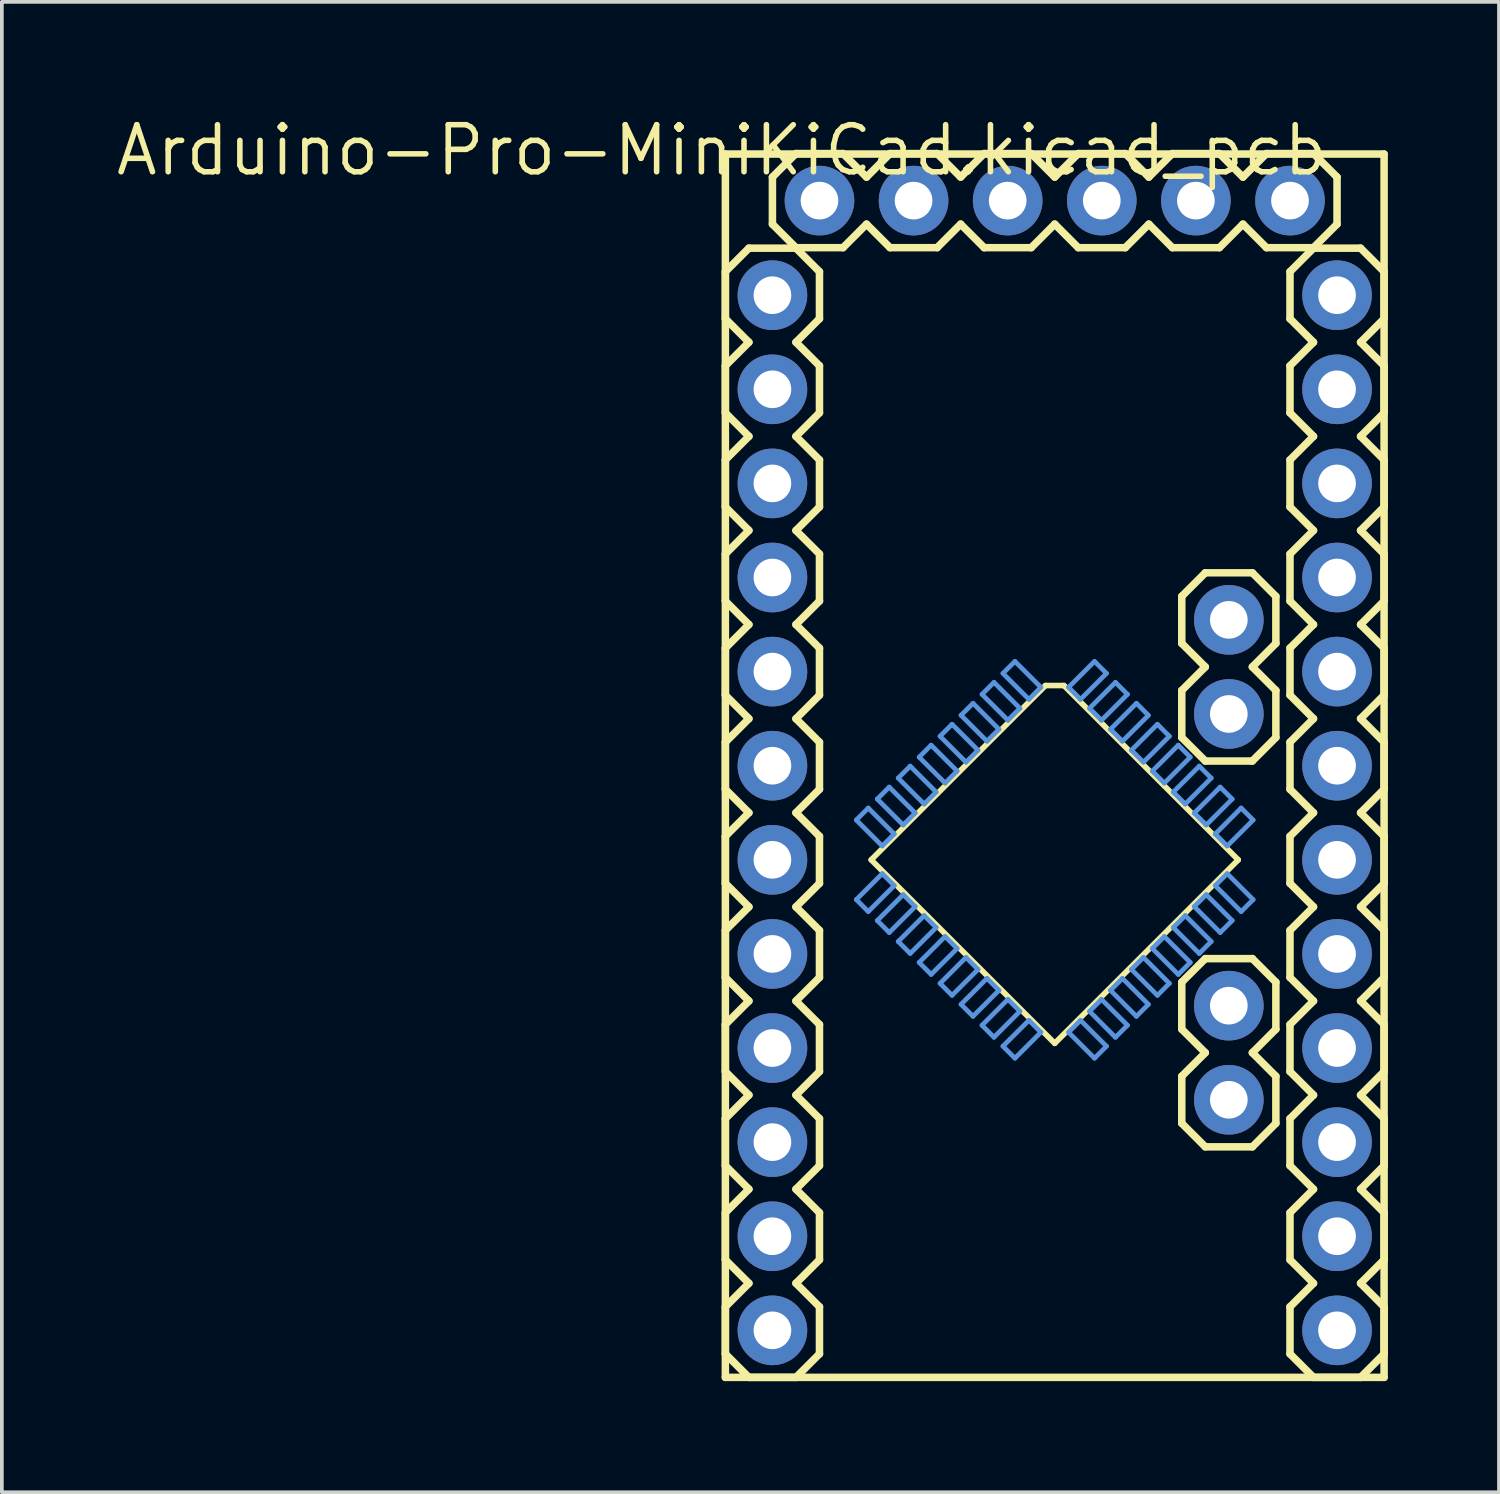
<source format=kicad_pcb>
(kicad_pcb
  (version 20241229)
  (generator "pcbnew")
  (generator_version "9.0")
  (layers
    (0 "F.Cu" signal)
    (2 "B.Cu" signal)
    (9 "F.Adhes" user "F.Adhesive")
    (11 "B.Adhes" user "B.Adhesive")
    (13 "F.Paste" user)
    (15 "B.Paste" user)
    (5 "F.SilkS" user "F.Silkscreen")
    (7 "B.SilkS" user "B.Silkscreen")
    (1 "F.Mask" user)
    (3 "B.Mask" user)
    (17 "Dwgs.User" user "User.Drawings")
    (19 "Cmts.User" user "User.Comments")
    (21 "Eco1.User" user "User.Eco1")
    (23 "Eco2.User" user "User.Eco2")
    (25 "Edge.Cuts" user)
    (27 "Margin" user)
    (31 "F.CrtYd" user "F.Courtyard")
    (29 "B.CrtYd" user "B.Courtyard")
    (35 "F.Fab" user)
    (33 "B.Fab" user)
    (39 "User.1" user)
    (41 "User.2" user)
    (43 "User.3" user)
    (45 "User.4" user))
  (footprint "Arduino-Pro-MiniKiCad.kicad_pcb"
    (layer "F.Cu")
    (at 16.427 1.006)
    (property "Reference" "Arduino-Pro-MiniKiCad.kicad_pcb" (at 0 0 0) (layer "F.SilkS") (effects (font (size 1.27 1.27) (thickness 0.15))))
    (attr through_hole)
    (fp_line (start 0.102 0.102) (end 0.102 33.122) (stroke (width 0.203) (type solid)) (layer "F.SilkS"))
    (fp_line (start 0.102 33.122) (end 17.882 33.122) (stroke (width 0.203) (type solid)) (layer "F.SilkS"))
    (fp_line (start 0.102 3.277) (end 0.737 2.642) (stroke (width 0.203) (type solid)) (layer "F.SilkS"))
    (fp_line (start 0.102 4.547) (end 0.102 3.277) (stroke (width 0.203) (type solid)) (layer "F.SilkS"))
    (fp_line (start 0.102 4.547) (end 0.737 5.182) (stroke (width 0.203) (type solid)) (layer "F.SilkS"))
    (fp_line (start 0.102 5.817) (end 0.737 5.182) (stroke (width 0.203) (type solid)) (layer "F.SilkS"))
    (fp_line (start 0.102 7.087) (end 0.102 5.817) (stroke (width 0.203) (type solid)) (layer "F.SilkS"))
    (fp_line (start 0.102 7.087) (end 0.737 7.722) (stroke (width 0.203) (type solid)) (layer "F.SilkS"))
    (fp_line (start 0.102 8.357) (end 0.737 7.722) (stroke (width 0.203) (type solid)) (layer "F.SilkS"))
    (fp_line (start 0.102 9.627) (end 0.102 8.357) (stroke (width 0.203) (type solid)) (layer "F.SilkS"))
    (fp_line (start 0.102 9.627) (end 0.737 10.262) (stroke (width 0.203) (type solid)) (layer "F.SilkS"))
    (fp_line (start 0.102 10.897) (end 0.737 10.262) (stroke (width 0.203) (type solid)) (layer "F.SilkS"))
    (fp_line (start 0.102 12.167) (end 0.102 10.897) (stroke (width 0.203) (type solid)) (layer "F.SilkS"))
    (fp_line (start 0.102 12.167) (end 0.737 12.802) (stroke (width 0.203) (type solid)) (layer "F.SilkS"))
    (fp_line (start 0.102 13.437) (end 0.737 12.802) (stroke (width 0.203) (type solid)) (layer "F.SilkS"))
    (fp_line (start 0.102 14.707) (end 0.102 13.437) (stroke (width 0.203) (type solid)) (layer "F.SilkS"))
    (fp_line (start 0.102 14.707) (end 0.737 15.342) (stroke (width 0.203) (type solid)) (layer "F.SilkS"))
    (fp_line (start 0.102 15.977) (end 0.737 15.342) (stroke (width 0.203) (type solid)) (layer "F.SilkS"))
    (fp_line (start 0.102 17.247) (end 0.102 15.977) (stroke (width 0.203) (type solid)) (layer "F.SilkS"))
    (fp_line (start 0.102 17.247) (end 0.737 17.882) (stroke (width 0.203) (type solid)) (layer "F.SilkS"))
    (fp_line (start 0.102 18.517) (end 0.737 17.882) (stroke (width 0.203) (type solid)) (layer "F.SilkS"))
    (fp_line (start 0.102 19.787) (end 0.102 18.517) (stroke (width 0.203) (type solid)) (layer "F.SilkS"))
    (fp_line (start 0.102 21.057) (end 0.737 20.422) (stroke (width 0.203) (type solid)) (layer "F.SilkS"))
    (fp_line (start 0.102 22.327) (end 0.102 21.057) (stroke (width 0.203) (type solid)) (layer "F.SilkS"))
    (fp_line (start 0.102 23.597) (end 0.737 22.962) (stroke (width 0.203) (type solid)) (layer "F.SilkS"))
    (fp_line (start 0.102 24.867) (end 0.102 23.597) (stroke (width 0.203) (type solid)) (layer "F.SilkS"))
    (fp_line (start 0.102 24.867) (end 0.737 25.502) (stroke (width 0.203) (type solid)) (layer "F.SilkS"))
    (fp_line (start 0.102 26.137) (end 0.737 25.502) (stroke (width 0.203) (type solid)) (layer "F.SilkS"))
    (fp_line (start 0.102 27.407) (end 0.102 26.137) (stroke (width 0.203) (type solid)) (layer "F.SilkS"))
    (fp_line (start 0.102 28.677) (end 0.737 28.042) (stroke (width 0.203) (type solid)) (layer "F.SilkS"))
    (fp_line (start 0.102 29.947) (end 0.102 28.677) (stroke (width 0.203) (type solid)) (layer "F.SilkS"))
    (fp_line (start 0.102 31.217) (end 0.737 30.582) (stroke (width 0.203) (type solid)) (layer "F.SilkS"))
    (fp_line (start 0.102 32.487) (end 0.102 31.217) (stroke (width 0.203) (type solid)) (layer "F.SilkS"))
    (fp_line (start 0.102 32.487) (end 0.737 33.122) (stroke (width 0.203) (type solid)) (layer "F.SilkS"))
    (fp_line (start 0.737 2.642) (end 2.007 2.642) (stroke (width 0.203) (type solid)) (layer "F.SilkS"))
    (fp_line (start 0.737 20.422) (end 0.102 19.787) (stroke (width 0.203) (type solid)) (layer "F.SilkS"))
    (fp_line (start 0.737 22.962) (end 0.102 22.327) (stroke (width 0.203) (type solid)) (layer "F.SilkS"))
    (fp_line (start 0.737 28.042) (end 0.102 27.407) (stroke (width 0.203) (type solid)) (layer "F.SilkS"))
    (fp_line (start 0.737 30.582) (end 0.102 29.947) (stroke (width 0.203) (type solid)) (layer "F.SilkS"))
    (fp_line (start 0.737 33.122) (end 2.007 33.122) (stroke (width 0.203) (type solid)) (layer "F.SilkS"))
    (fp_line (start 1.372 0.724) (end 1.372 1.994) (stroke (width 0.203) (type solid)) (layer "F.SilkS"))
    (fp_line (start 1.372 1.994) (end 2.007 2.629) (stroke (width 0.203) (type solid)) (layer "F.SilkS"))
    (fp_line (start 2.007 0.089) (end 1.372 0.724) (stroke (width 0.203) (type solid)) (layer "F.SilkS"))
    (fp_line (start 2.007 0.089) (end 3.277 0.089) (stroke (width 0.203) (type solid)) (layer "F.SilkS"))
    (fp_line (start 2.007 2.642) (end 2.642 3.277) (stroke (width 0.203) (type solid)) (layer "F.SilkS"))
    (fp_line (start 2.007 5.182) (end 2.642 4.547) (stroke (width 0.203) (type solid)) (layer "F.SilkS"))
    (fp_line (start 2.007 5.182) (end 2.642 5.817) (stroke (width 0.203) (type solid)) (layer "F.SilkS"))
    (fp_line (start 2.007 7.722) (end 2.642 7.087) (stroke (width 0.203) (type solid)) (layer "F.SilkS"))
    (fp_line (start 2.007 7.722) (end 2.642 8.357) (stroke (width 0.203) (type solid)) (layer "F.SilkS"))
    (fp_line (start 2.007 10.262) (end 2.642 9.627) (stroke (width 0.203) (type solid)) (layer "F.SilkS"))
    (fp_line (start 2.007 10.262) (end 2.642 10.897) (stroke (width 0.203) (type solid)) (layer "F.SilkS"))
    (fp_line (start 2.007 12.802) (end 2.642 12.167) (stroke (width 0.203) (type solid)) (layer "F.SilkS"))
    (fp_line (start 2.007 12.802) (end 2.642 13.437) (stroke (width 0.203) (type solid)) (layer "F.SilkS"))
    (fp_line (start 2.007 15.342) (end 2.642 14.707) (stroke (width 0.203) (type solid)) (layer "F.SilkS"))
    (fp_line (start 2.007 15.342) (end 2.642 15.977) (stroke (width 0.203) (type solid)) (layer "F.SilkS"))
    (fp_line (start 2.007 17.882) (end 2.642 17.247) (stroke (width 0.203) (type solid)) (layer "F.SilkS"))
    (fp_line (start 2.007 17.882) (end 2.642 18.517) (stroke (width 0.203) (type solid)) (layer "F.SilkS"))
    (fp_line (start 2.007 20.422) (end 2.642 21.057) (stroke (width 0.203) (type solid)) (layer "F.SilkS"))
    (fp_line (start 2.007 22.962) (end 2.642 23.597) (stroke (width 0.203) (type solid)) (layer "F.SilkS"))
    (fp_line (start 2.007 25.502) (end 2.642 24.867) (stroke (width 0.203) (type solid)) (layer "F.SilkS"))
    (fp_line (start 2.007 25.502) (end 2.642 26.137) (stroke (width 0.203) (type solid)) (layer "F.SilkS"))
    (fp_line (start 2.007 28.042) (end 2.642 28.677) (stroke (width 0.203) (type solid)) (layer "F.SilkS"))
    (fp_line (start 2.007 30.582) (end 2.642 31.217) (stroke (width 0.203) (type solid)) (layer "F.SilkS"))
    (fp_line (start 2.007 33.122) (end 2.642 32.487) (stroke (width 0.203) (type solid)) (layer "F.SilkS"))
    (fp_line (start 2.642 3.277) (end 2.642 4.547) (stroke (width 0.203) (type solid)) (layer "F.SilkS"))
    (fp_line (start 2.642 5.817) (end 2.642 7.087) (stroke (width 0.203) (type solid)) (layer "F.SilkS"))
    (fp_line (start 2.642 8.357) (end 2.642 9.627) (stroke (width 0.203) (type solid)) (layer "F.SilkS"))
    (fp_line (start 2.642 10.897) (end 2.642 12.167) (stroke (width 0.203) (type solid)) (layer "F.SilkS"))
    (fp_line (start 2.642 13.437) (end 2.642 14.707) (stroke (width 0.203) (type solid)) (layer "F.SilkS"))
    (fp_line (start 2.642 15.977) (end 2.642 17.247) (stroke (width 0.203) (type solid)) (layer "F.SilkS"))
    (fp_line (start 2.642 18.517) (end 2.642 19.787) (stroke (width 0.203) (type solid)) (layer "F.SilkS"))
    (fp_line (start 2.642 19.787) (end 2.007 20.422) (stroke (width 0.203) (type solid)) (layer "F.SilkS"))
    (fp_line (start 2.642 21.057) (end 2.642 22.327) (stroke (width 0.203) (type solid)) (layer "F.SilkS"))
    (fp_line (start 2.642 22.327) (end 2.007 22.962) (stroke (width 0.203) (type solid)) (layer "F.SilkS"))
    (fp_line (start 2.642 23.597) (end 2.642 24.867) (stroke (width 0.203) (type solid)) (layer "F.SilkS"))
    (fp_line (start 2.642 26.137) (end 2.642 27.407) (stroke (width 0.203) (type solid)) (layer "F.SilkS"))
    (fp_line (start 2.642 27.407) (end 2.007 28.042) (stroke (width 0.203) (type solid)) (layer "F.SilkS"))
    (fp_line (start 2.642 28.677) (end 2.642 29.947) (stroke (width 0.203) (type solid)) (layer "F.SilkS"))
    (fp_line (start 2.642 29.947) (end 2.007 30.582) (stroke (width 0.203) (type solid)) (layer "F.SilkS"))
    (fp_line (start 2.642 31.217) (end 2.642 32.487) (stroke (width 0.203) (type solid)) (layer "F.SilkS"))
    (fp_line (start 3.277 0.089) (end 3.912 0.724) (stroke (width 0.203) (type solid)) (layer "F.SilkS"))
    (fp_line (start 3.277 2.629) (end 2.007 2.629) (stroke (width 0.203) (type solid)) (layer "F.SilkS"))
    (fp_line (start 3.912 0.724) (end 4.547 0.089) (stroke (width 0.203) (type solid)) (layer "F.SilkS"))
    (fp_line (start 3.912 1.994) (end 3.277 2.629) (stroke (width 0.203) (type solid)) (layer "F.SilkS"))
    (fp_line (start 4.038 19.152) (end 8.742 14.448) (stroke (width 0.152) (type solid)) (layer "F.SilkS"))
    (fp_line (start 4.547 0.089) (end 5.817 0.089) (stroke (width 0.203) (type solid)) (layer "F.SilkS"))
    (fp_line (start 4.547 2.629) (end 3.912 1.994) (stroke (width 0.203) (type solid)) (layer "F.SilkS"))
    (fp_line (start 5.817 0.089) (end 6.452 0.724) (stroke (width 0.203) (type solid)) (layer "F.SilkS"))
    (fp_line (start 5.817 2.629) (end 4.547 2.629) (stroke (width 0.203) (type solid)) (layer "F.SilkS"))
    (fp_line (start 6.452 0.724) (end 7.087 0.089) (stroke (width 0.203) (type solid)) (layer "F.SilkS"))
    (fp_line (start 6.452 1.994) (end 5.817 2.629) (stroke (width 0.203) (type solid)) (layer "F.SilkS"))
    (fp_line (start 7.087 0.089) (end 8.357 0.089) (stroke (width 0.203) (type solid)) (layer "F.SilkS"))
    (fp_line (start 7.087 2.629) (end 6.452 1.994) (stroke (width 0.203) (type solid)) (layer "F.SilkS"))
    (fp_line (start 8.357 0.089) (end 8.992 0.724) (stroke (width 0.203) (type solid)) (layer "F.SilkS"))
    (fp_line (start 8.357 2.629) (end 7.087 2.629) (stroke (width 0.203) (type solid)) (layer "F.SilkS"))
    (fp_line (start 8.992 24.105) (end 4.038 19.152) (stroke (width 0.152) (type solid)) (layer "F.SilkS"))
    (fp_line (start 8.992 1.994) (end 8.357 2.629) (stroke (width 0.203) (type solid)) (layer "F.SilkS"))
    (fp_line (start 8.992 1.994) (end 9.627 2.629) (stroke (width 0.203) (type solid)) (layer "F.SilkS"))
    (fp_line (start 9.241 14.448) (end 8.742 14.448) (stroke (width 0.152) (type solid)) (layer "F.SilkS"))
    (fp_line (start 9.241 14.448) (end 13.945 19.152) (stroke (width 0.152) (type solid)) (layer "F.SilkS"))
    (fp_line (start 9.627 0.089) (end 8.992 0.724) (stroke (width 0.203) (type solid)) (layer "F.SilkS"))
    (fp_line (start 9.627 0.089) (end 10.897 0.089) (stroke (width 0.203) (type solid)) (layer "F.SilkS"))
    (fp_line (start 10.897 0.089) (end 11.532 0.724) (stroke (width 0.203) (type solid)) (layer "F.SilkS"))
    (fp_line (start 10.897 2.629) (end 9.627 2.629) (stroke (width 0.203) (type solid)) (layer "F.SilkS"))
    (fp_line (start 11.532 0.724) (end 12.167 0.089) (stroke (width 0.203) (type solid)) (layer "F.SilkS"))
    (fp_line (start 11.532 1.994) (end 10.897 2.629) (stroke (width 0.203) (type solid)) (layer "F.SilkS"))
    (fp_line (start 12.167 0.089) (end 13.437 0.089) (stroke (width 0.203) (type solid)) (layer "F.SilkS"))
    (fp_line (start 12.167 2.629) (end 11.532 1.994) (stroke (width 0.203) (type solid)) (layer "F.SilkS"))
    (fp_line (start 12.421 12.04) (end 13.056 11.405) (stroke (width 0.203) (type solid)) (layer "F.SilkS"))
    (fp_line (start 12.421 13.31) (end 12.421 12.04) (stroke (width 0.203) (type solid)) (layer "F.SilkS"))
    (fp_line (start 12.421 14.58) (end 13.056 13.945) (stroke (width 0.203) (type solid)) (layer "F.SilkS"))
    (fp_line (start 12.421 15.85) (end 12.421 14.58) (stroke (width 0.203) (type solid)) (layer "F.SilkS"))
    (fp_line (start 12.421 15.85) (end 13.056 16.485) (stroke (width 0.203) (type solid)) (layer "F.SilkS"))
    (fp_line (start 12.421 22.454) (end 13.056 21.819) (stroke (width 0.203) (type solid)) (layer "F.SilkS"))
    (fp_line (start 12.421 23.724) (end 12.421 22.454) (stroke (width 0.203) (type solid)) (layer "F.SilkS"))
    (fp_line (start 12.421 24.994) (end 13.056 24.359) (stroke (width 0.203) (type solid)) (layer "F.SilkS"))
    (fp_line (start 12.421 26.264) (end 12.421 24.994) (stroke (width 0.203) (type solid)) (layer "F.SilkS"))
    (fp_line (start 12.421 26.264) (end 13.056 26.899) (stroke (width 0.203) (type solid)) (layer "F.SilkS"))
    (fp_line (start 13.056 11.405) (end 14.326 11.405) (stroke (width 0.203) (type solid)) (layer "F.SilkS"))
    (fp_line (start 13.056 13.945) (end 12.421 13.31) (stroke (width 0.203) (type solid)) (layer "F.SilkS"))
    (fp_line (start 13.056 16.485) (end 14.326 16.485) (stroke (width 0.203) (type solid)) (layer "F.SilkS"))
    (fp_line (start 13.056 21.819) (end 14.326 21.819) (stroke (width 0.203) (type solid)) (layer "F.SilkS"))
    (fp_line (start 13.056 24.359) (end 12.421 23.724) (stroke (width 0.203) (type solid)) (layer "F.SilkS"))
    (fp_line (start 13.056 26.899) (end 14.326 26.899) (stroke (width 0.203) (type solid)) (layer "F.SilkS"))
    (fp_line (start 13.437 0.089) (end 14.072 0.724) (stroke (width 0.203) (type solid)) (layer "F.SilkS"))
    (fp_line (start 13.437 2.629) (end 12.167 2.629) (stroke (width 0.203) (type solid)) (layer "F.SilkS"))
    (fp_line (start 13.945 19.152) (end 8.992 24.105) (stroke (width 0.152) (type solid)) (layer "F.SilkS"))
    (fp_line (start 14.072 0.724) (end 14.707 0.089) (stroke (width 0.203) (type solid)) (layer "F.SilkS"))
    (fp_line (start 14.072 1.994) (end 13.437 2.629) (stroke (width 0.203) (type solid)) (layer "F.SilkS"))
    (fp_line (start 14.326 11.405) (end 14.961 12.04) (stroke (width 0.203) (type solid)) (layer "F.SilkS"))
    (fp_line (start 14.326 13.945) (end 14.961 14.58) (stroke (width 0.203) (type solid)) (layer "F.SilkS"))
    (fp_line (start 14.326 16.485) (end 14.961 15.85) (stroke (width 0.203) (type solid)) (layer "F.SilkS"))
    (fp_line (start 14.326 21.819) (end 14.961 22.454) (stroke (width 0.203) (type solid)) (layer "F.SilkS"))
    (fp_line (start 14.326 24.359) (end 14.961 24.994) (stroke (width 0.203) (type solid)) (layer "F.SilkS"))
    (fp_line (start 14.326 26.899) (end 14.961 26.264) (stroke (width 0.203) (type solid)) (layer "F.SilkS"))
    (fp_line (start 14.707 0.089) (end 15.977 0.089) (stroke (width 0.203) (type solid)) (layer "F.SilkS"))
    (fp_line (start 14.707 2.629) (end 14.072 1.994) (stroke (width 0.203) (type solid)) (layer "F.SilkS"))
    (fp_line (start 14.961 12.04) (end 14.961 13.31) (stroke (width 0.203) (type solid)) (layer "F.SilkS"))
    (fp_line (start 14.961 13.31) (end 14.326 13.945) (stroke (width 0.203) (type solid)) (layer "F.SilkS"))
    (fp_line (start 14.961 14.58) (end 14.961 15.85) (stroke (width 0.203) (type solid)) (layer "F.SilkS"))
    (fp_line (start 14.961 22.454) (end 14.961 23.724) (stroke (width 0.203) (type solid)) (layer "F.SilkS"))
    (fp_line (start 14.961 23.724) (end 14.326 24.359) (stroke (width 0.203) (type solid)) (layer "F.SilkS"))
    (fp_line (start 14.961 24.994) (end 14.961 26.264) (stroke (width 0.203) (type solid)) (layer "F.SilkS"))
    (fp_line (start 15.342 4.547) (end 15.342 3.277) (stroke (width 0.203) (type solid)) (layer "F.SilkS"))
    (fp_line (start 15.342 5.817) (end 15.977 5.182) (stroke (width 0.203) (type solid)) (layer "F.SilkS"))
    (fp_line (start 15.342 7.087) (end 15.342 5.817) (stroke (width 0.203) (type solid)) (layer "F.SilkS"))
    (fp_line (start 15.342 8.357) (end 15.977 7.722) (stroke (width 0.203) (type solid)) (layer "F.SilkS"))
    (fp_line (start 15.342 9.627) (end 15.342 8.357) (stroke (width 0.203) (type solid)) (layer "F.SilkS"))
    (fp_line (start 15.342 12.167) (end 15.342 10.897) (stroke (width 0.203) (type solid)) (layer "F.SilkS"))
    (fp_line (start 15.342 13.437) (end 15.977 12.802) (stroke (width 0.203) (type solid)) (layer "F.SilkS"))
    (fp_line (start 15.342 14.707) (end 15.342 13.437) (stroke (width 0.203) (type solid)) (layer "F.SilkS"))
    (fp_line (start 15.342 15.977) (end 15.977 15.342) (stroke (width 0.203) (type solid)) (layer "F.SilkS"))
    (fp_line (start 15.342 17.247) (end 15.342 15.977) (stroke (width 0.203) (type solid)) (layer "F.SilkS"))
    (fp_line (start 15.342 19.787) (end 15.342 18.517) (stroke (width 0.203) (type solid)) (layer "F.SilkS"))
    (fp_line (start 15.342 22.327) (end 15.342 21.057) (stroke (width 0.203) (type solid)) (layer "F.SilkS"))
    (fp_line (start 15.342 24.867) (end 15.342 23.597) (stroke (width 0.203) (type solid)) (layer "F.SilkS"))
    (fp_line (start 15.342 27.407) (end 15.342 26.137) (stroke (width 0.203) (type solid)) (layer "F.SilkS"))
    (fp_line (start 15.342 29.947) (end 15.342 28.677) (stroke (width 0.203) (type solid)) (layer "F.SilkS"))
    (fp_line (start 15.342 32.487) (end 15.342 31.217) (stroke (width 0.203) (type solid)) (layer "F.SilkS"))
    (fp_line (start 15.977 0.089) (end 16.612 0.724) (stroke (width 0.203) (type solid)) (layer "F.SilkS"))
    (fp_line (start 15.977 2.629) (end 14.707 2.629) (stroke (width 0.203) (type solid)) (layer "F.SilkS"))
    (fp_line (start 15.977 2.642) (end 15.342 3.277) (stroke (width 0.203) (type solid)) (layer "F.SilkS"))
    (fp_line (start 15.977 5.182) (end 15.342 4.547) (stroke (width 0.203) (type solid)) (layer "F.SilkS"))
    (fp_line (start 15.977 7.722) (end 15.342 7.087) (stroke (width 0.203) (type solid)) (layer "F.SilkS"))
    (fp_line (start 15.977 10.262) (end 15.342 9.627) (stroke (width 0.203) (type solid)) (layer "F.SilkS"))
    (fp_line (start 15.977 10.262) (end 15.342 10.897) (stroke (width 0.203) (type solid)) (layer "F.SilkS"))
    (fp_line (start 15.977 12.802) (end 15.342 12.167) (stroke (width 0.203) (type solid)) (layer "F.SilkS"))
    (fp_line (start 15.977 15.342) (end 15.342 14.707) (stroke (width 0.203) (type solid)) (layer "F.SilkS"))
    (fp_line (start 15.977 17.882) (end 15.342 17.247) (stroke (width 0.203) (type solid)) (layer "F.SilkS"))
    (fp_line (start 15.977 17.882) (end 15.342 18.517) (stroke (width 0.203) (type solid)) (layer "F.SilkS"))
    (fp_line (start 15.977 20.422) (end 15.342 19.787) (stroke (width 0.203) (type solid)) (layer "F.SilkS"))
    (fp_line (start 15.977 20.422) (end 15.342 21.057) (stroke (width 0.203) (type solid)) (layer "F.SilkS"))
    (fp_line (start 15.977 22.962) (end 15.342 22.327) (stroke (width 0.203) (type solid)) (layer "F.SilkS"))
    (fp_line (start 15.977 22.962) (end 15.342 23.597) (stroke (width 0.203) (type solid)) (layer "F.SilkS"))
    (fp_line (start 15.977 25.502) (end 15.342 24.867) (stroke (width 0.203) (type solid)) (layer "F.SilkS"))
    (fp_line (start 15.977 25.502) (end 15.342 26.137) (stroke (width 0.203) (type solid)) (layer "F.SilkS"))
    (fp_line (start 15.977 28.042) (end 15.342 27.407) (stroke (width 0.203) (type solid)) (layer "F.SilkS"))
    (fp_line (start 15.977 28.042) (end 15.342 28.677) (stroke (width 0.203) (type solid)) (layer "F.SilkS"))
    (fp_line (start 15.977 30.582) (end 15.342 29.947) (stroke (width 0.203) (type solid)) (layer "F.SilkS"))
    (fp_line (start 15.977 30.582) (end 15.342 31.217) (stroke (width 0.203) (type solid)) (layer "F.SilkS"))
    (fp_line (start 15.977 33.122) (end 15.342 32.487) (stroke (width 0.203) (type solid)) (layer "F.SilkS"))
    (fp_line (start 16.612 0.724) (end 16.612 1.994) (stroke (width 0.203) (type solid)) (layer "F.SilkS"))
    (fp_line (start 16.612 1.994) (end 15.977 2.629) (stroke (width 0.203) (type solid)) (layer "F.SilkS"))
    (fp_line (start 17.247 2.642) (end 15.977 2.642) (stroke (width 0.203) (type solid)) (layer "F.SilkS"))
    (fp_line (start 17.247 5.182) (end 17.882 5.817) (stroke (width 0.203) (type solid)) (layer "F.SilkS"))
    (fp_line (start 17.247 7.722) (end 17.882 8.357) (stroke (width 0.203) (type solid)) (layer "F.SilkS"))
    (fp_line (start 17.247 12.802) (end 17.882 13.437) (stroke (width 0.203) (type solid)) (layer "F.SilkS"))
    (fp_line (start 17.247 15.342) (end 17.882 15.977) (stroke (width 0.203) (type solid)) (layer "F.SilkS"))
    (fp_line (start 17.247 33.122) (end 15.977 33.122) (stroke (width 0.203) (type solid)) (layer "F.SilkS"))
    (fp_line (start 17.882 0.102) (end 0.102 0.102) (stroke (width 0.203) (type solid)) (layer "F.SilkS"))
    (fp_line (start 17.882 33.122) (end 17.882 0.102) (stroke (width 0.203) (type solid)) (layer "F.SilkS"))
    (fp_line (start 17.882 3.277) (end 17.247 2.642) (stroke (width 0.203) (type solid)) (layer "F.SilkS"))
    (fp_line (start 17.882 3.277) (end 17.882 4.547) (stroke (width 0.203) (type solid)) (layer "F.SilkS"))
    (fp_line (start 17.882 4.547) (end 17.247 5.182) (stroke (width 0.203) (type solid)) (layer "F.SilkS"))
    (fp_line (start 17.882 5.817) (end 17.882 7.087) (stroke (width 0.203) (type solid)) (layer "F.SilkS"))
    (fp_line (start 17.882 7.087) (end 17.247 7.722) (stroke (width 0.203) (type solid)) (layer "F.SilkS"))
    (fp_line (start 17.882 8.357) (end 17.882 9.627) (stroke (width 0.203) (type solid)) (layer "F.SilkS"))
    (fp_line (start 17.882 9.627) (end 17.247 10.262) (stroke (width 0.203) (type solid)) (layer "F.SilkS"))
    (fp_line (start 17.882 10.897) (end 17.247 10.262) (stroke (width 0.203) (type solid)) (layer "F.SilkS"))
    (fp_line (start 17.882 10.897) (end 17.882 12.167) (stroke (width 0.203) (type solid)) (layer "F.SilkS"))
    (fp_line (start 17.882 12.167) (end 17.247 12.802) (stroke (width 0.203) (type solid)) (layer "F.SilkS"))
    (fp_line (start 17.882 13.437) (end 17.882 14.707) (stroke (width 0.203) (type solid)) (layer "F.SilkS"))
    (fp_line (start 17.882 14.707) (end 17.247 15.342) (stroke (width 0.203) (type solid)) (layer "F.SilkS"))
    (fp_line (start 17.882 15.977) (end 17.882 17.247) (stroke (width 0.203) (type solid)) (layer "F.SilkS"))
    (fp_line (start 17.882 17.247) (end 17.247 17.882) (stroke (width 0.203) (type solid)) (layer "F.SilkS"))
    (fp_line (start 17.882 18.517) (end 17.247 17.882) (stroke (width 0.203) (type solid)) (layer "F.SilkS"))
    (fp_line (start 17.882 18.517) (end 17.882 19.787) (stroke (width 0.203) (type solid)) (layer "F.SilkS"))
    (fp_line (start 17.882 19.787) (end 17.247 20.422) (stroke (width 0.203) (type solid)) (layer "F.SilkS"))
    (fp_line (start 17.882 21.057) (end 17.247 20.422) (stroke (width 0.203) (type solid)) (layer "F.SilkS"))
    (fp_line (start 17.882 21.057) (end 17.882 22.327) (stroke (width 0.203) (type solid)) (layer "F.SilkS"))
    (fp_line (start 17.882 22.327) (end 17.247 22.962) (stroke (width 0.203) (type solid)) (layer "F.SilkS"))
    (fp_line (start 17.882 23.597) (end 17.247 22.962) (stroke (width 0.203) (type solid)) (layer "F.SilkS"))
    (fp_line (start 17.882 23.597) (end 17.882 24.867) (stroke (width 0.203) (type solid)) (layer "F.SilkS"))
    (fp_line (start 17.882 24.867) (end 17.247 25.502) (stroke (width 0.203) (type solid)) (layer "F.SilkS"))
    (fp_line (start 17.882 26.137) (end 17.247 25.502) (stroke (width 0.203) (type solid)) (layer "F.SilkS"))
    (fp_line (start 17.882 26.137) (end 17.882 27.407) (stroke (width 0.203) (type solid)) (layer "F.SilkS"))
    (fp_line (start 17.882 27.407) (end 17.247 28.042) (stroke (width 0.203) (type solid)) (layer "F.SilkS"))
    (fp_line (start 17.882 28.677) (end 17.247 28.042) (stroke (width 0.203) (type solid)) (layer "F.SilkS"))
    (fp_line (start 17.882 28.677) (end 17.882 29.947) (stroke (width 0.203) (type solid)) (layer "F.SilkS"))
    (fp_line (start 17.882 29.947) (end 17.247 30.582) (stroke (width 0.203) (type solid)) (layer "F.SilkS"))
    (fp_line (start 17.882 31.217) (end 17.247 30.582) (stroke (width 0.203) (type solid)) (layer "F.SilkS"))
    (fp_line (start 17.882 31.217) (end 17.882 32.487) (stroke (width 0.203) (type solid)) (layer "F.SilkS"))
    (fp_line (start 17.882 32.487) (end 17.247 33.122) (stroke (width 0.203) (type solid)) (layer "F.SilkS"))
    (fp_line (start 1.118 3.658) (end 1.118 4.166) (stroke (width 0.127) (type solid)) (layer "Cmts.User"))
    (fp_line (start 1.118 4.166) (end 1.626 4.166) (stroke (width 0.127) (type solid)) (layer "Cmts.User"))
    (fp_line (start 1.118 6.198) (end 1.118 6.706) (stroke (width 0.127) (type solid)) (layer "Cmts.User"))
    (fp_line (start 1.118 6.706) (end 1.626 6.706) (stroke (width 0.127) (type solid)) (layer "Cmts.User"))
    (fp_line (start 1.118 8.738) (end 1.118 9.246) (stroke (width 0.127) (type solid)) (layer "Cmts.User"))
    (fp_line (start 1.118 9.246) (end 1.626 9.246) (stroke (width 0.127) (type solid)) (layer "Cmts.User"))
    (fp_line (start 1.118 11.278) (end 1.118 11.786) (stroke (width 0.127) (type solid)) (layer "Cmts.User"))
    (fp_line (start 1.118 11.786) (end 1.626 11.786) (stroke (width 0.127) (type solid)) (layer "Cmts.User"))
    (fp_line (start 1.118 13.818) (end 1.118 14.326) (stroke (width 0.127) (type solid)) (layer "Cmts.User"))
    (fp_line (start 1.118 14.326) (end 1.626 14.326) (stroke (width 0.127) (type solid)) (layer "Cmts.User"))
    (fp_line (start 1.118 16.358) (end 1.118 16.866) (stroke (width 0.127) (type solid)) (layer "Cmts.User"))
    (fp_line (start 1.118 16.866) (end 1.626 16.866) (stroke (width 0.127) (type solid)) (layer "Cmts.User"))
    (fp_line (start 1.118 18.898) (end 1.118 19.406) (stroke (width 0.127) (type solid)) (layer "Cmts.User"))
    (fp_line (start 1.118 19.406) (end 1.626 19.406) (stroke (width 0.127) (type solid)) (layer "Cmts.User"))
    (fp_line (start 1.118 21.438) (end 1.118 21.946) (stroke (width 0.127) (type solid)) (layer "Cmts.User"))
    (fp_line (start 1.118 21.946) (end 1.626 21.946) (stroke (width 0.127) (type solid)) (layer "Cmts.User"))
    (fp_line (start 1.118 23.978) (end 1.118 24.486) (stroke (width 0.127) (type solid)) (layer "Cmts.User"))
    (fp_line (start 1.118 24.486) (end 1.626 24.486) (stroke (width 0.127) (type solid)) (layer "Cmts.User"))
    (fp_line (start 1.118 26.518) (end 1.118 27.026) (stroke (width 0.127) (type solid)) (layer "Cmts.User"))
    (fp_line (start 1.118 27.026) (end 1.626 27.026) (stroke (width 0.127) (type solid)) (layer "Cmts.User"))
    (fp_line (start 1.118 29.058) (end 1.118 29.566) (stroke (width 0.127) (type solid)) (layer "Cmts.User"))
    (fp_line (start 1.118 29.566) (end 1.626 29.566) (stroke (width 0.127) (type solid)) (layer "Cmts.User"))
    (fp_line (start 1.118 31.598) (end 1.118 32.106) (stroke (width 0.127) (type solid)) (layer "Cmts.User"))
    (fp_line (start 1.118 32.106) (end 1.626 32.106) (stroke (width 0.127) (type solid)) (layer "Cmts.User"))
    (fp_line (start 1.626 3.658) (end 1.118 3.658) (stroke (width 0.127) (type solid)) (layer "Cmts.User"))
    (fp_line (start 1.626 4.166) (end 1.626 3.658) (stroke (width 0.127) (type solid)) (layer "Cmts.User"))
    (fp_line (start 1.626 6.198) (end 1.118 6.198) (stroke (width 0.127) (type solid)) (layer "Cmts.User"))
    (fp_line (start 1.626 6.706) (end 1.626 6.198) (stroke (width 0.127) (type solid)) (layer "Cmts.User"))
    (fp_line (start 1.626 8.738) (end 1.118 8.738) (stroke (width 0.127) (type solid)) (layer "Cmts.User"))
    (fp_line (start 1.626 9.246) (end 1.626 8.738) (stroke (width 0.127) (type solid)) (layer "Cmts.User"))
    (fp_line (start 1.626 11.278) (end 1.118 11.278) (stroke (width 0.127) (type solid)) (layer "Cmts.User"))
    (fp_line (start 1.626 11.786) (end 1.626 11.278) (stroke (width 0.127) (type solid)) (layer "Cmts.User"))
    (fp_line (start 1.626 13.818) (end 1.118 13.818) (stroke (width 0.127) (type solid)) (layer "Cmts.User"))
    (fp_line (start 1.626 14.326) (end 1.626 13.818) (stroke (width 0.127) (type solid)) (layer "Cmts.User"))
    (fp_line (start 1.626 16.358) (end 1.118 16.358) (stroke (width 0.127) (type solid)) (layer "Cmts.User"))
    (fp_line (start 1.626 16.866) (end 1.626 16.358) (stroke (width 0.127) (type solid)) (layer "Cmts.User"))
    (fp_line (start 1.626 18.898) (end 1.118 18.898) (stroke (width 0.127) (type solid)) (layer "Cmts.User"))
    (fp_line (start 1.626 19.406) (end 1.626 18.898) (stroke (width 0.127) (type solid)) (layer "Cmts.User"))
    (fp_line (start 1.626 21.438) (end 1.118 21.438) (stroke (width 0.127) (type solid)) (layer "Cmts.User"))
    (fp_line (start 1.626 21.946) (end 1.626 21.438) (stroke (width 0.127) (type solid)) (layer "Cmts.User"))
    (fp_line (start 1.626 23.978) (end 1.118 23.978) (stroke (width 0.127) (type solid)) (layer "Cmts.User"))
    (fp_line (start 1.626 24.486) (end 1.626 23.978) (stroke (width 0.127) (type solid)) (layer "Cmts.User"))
    (fp_line (start 1.626 26.518) (end 1.118 26.518) (stroke (width 0.127) (type solid)) (layer "Cmts.User"))
    (fp_line (start 1.626 27.026) (end 1.626 26.518) (stroke (width 0.127) (type solid)) (layer "Cmts.User"))
    (fp_line (start 1.626 29.058) (end 1.118 29.058) (stroke (width 0.127) (type solid)) (layer "Cmts.User"))
    (fp_line (start 1.626 29.566) (end 1.626 29.058) (stroke (width 0.127) (type solid)) (layer "Cmts.User"))
    (fp_line (start 1.626 31.598) (end 1.118 31.598) (stroke (width 0.127) (type solid)) (layer "Cmts.User"))
    (fp_line (start 1.626 32.106) (end 1.626 31.598) (stroke (width 0.127) (type solid)) (layer "Cmts.User"))
    (fp_line (start 2.388 1.105) (end 2.388 1.613) (stroke (width 0.127) (type solid)) (layer "Cmts.User"))
    (fp_line (start 2.388 1.613) (end 2.896 1.613) (stroke (width 0.127) (type solid)) (layer "Cmts.User"))
    (fp_line (start 2.896 1.105) (end 2.388 1.105) (stroke (width 0.127) (type solid)) (layer "Cmts.User"))
    (fp_line (start 2.896 1.613) (end 2.896 1.105) (stroke (width 0.127) (type solid)) (layer "Cmts.User"))
    (fp_line (start 3.636 18.078) (end 4.336 18.778) (stroke (width 0.127) (type solid)) (layer "Cmts.User"))
    (fp_line (start 3.636 20.226) (end 3.959 20.549) (stroke (width 0.127) (type solid)) (layer "Cmts.User"))
    (fp_line (start 3.959 17.754) (end 3.636 18.078) (stroke (width 0.127) (type solid)) (layer "Cmts.User"))
    (fp_line (start 3.959 20.549) (end 4.66 19.848) (stroke (width 0.127) (type solid)) (layer "Cmts.User"))
    (fp_line (start 4.202 17.512) (end 4.902 18.212) (stroke (width 0.127) (type solid)) (layer "Cmts.User"))
    (fp_line (start 4.202 20.791) (end 4.525 21.115) (stroke (width 0.127) (type solid)) (layer "Cmts.User"))
    (fp_line (start 4.336 18.778) (end 4.66 18.455) (stroke (width 0.127) (type solid)) (layer "Cmts.User"))
    (fp_line (start 4.336 19.525) (end 3.636 20.226) (stroke (width 0.127) (type solid)) (layer "Cmts.User"))
    (fp_line (start 4.525 17.189) (end 4.202 17.512) (stroke (width 0.127) (type solid)) (layer "Cmts.User"))
    (fp_line (start 4.525 21.115) (end 5.225 20.414) (stroke (width 0.127) (type solid)) (layer "Cmts.User"))
    (fp_line (start 4.66 18.455) (end 3.959 17.754) (stroke (width 0.127) (type solid)) (layer "Cmts.User"))
    (fp_line (start 4.66 19.848) (end 4.336 19.525) (stroke (width 0.127) (type solid)) (layer "Cmts.User"))
    (fp_line (start 4.767 16.946) (end 5.468 17.647) (stroke (width 0.127) (type solid)) (layer "Cmts.User"))
    (fp_line (start 4.767 21.357) (end 5.091 21.68) (stroke (width 0.127) (type solid)) (layer "Cmts.User"))
    (fp_line (start 4.902 20.091) (end 4.202 20.791) (stroke (width 0.127) (type solid)) (layer "Cmts.User"))
    (fp_line (start 4.902 18.212) (end 5.225 17.889) (stroke (width 0.127) (type solid)) (layer "Cmts.User"))
    (fp_line (start 4.928 1.105) (end 4.928 1.613) (stroke (width 0.127) (type solid)) (layer "Cmts.User"))
    (fp_line (start 4.928 1.613) (end 5.436 1.613) (stroke (width 0.127) (type solid)) (layer "Cmts.User"))
    (fp_line (start 5.091 16.623) (end 4.767 16.946) (stroke (width 0.127) (type solid)) (layer "Cmts.User"))
    (fp_line (start 5.091 21.68) (end 5.791 20.98) (stroke (width 0.127) (type solid)) (layer "Cmts.User"))
    (fp_line (start 5.225 20.414) (end 4.902 20.091) (stroke (width 0.127) (type solid)) (layer "Cmts.User"))
    (fp_line (start 5.225 17.889) (end 4.525 17.189) (stroke (width 0.127) (type solid)) (layer "Cmts.User"))
    (fp_line (start 5.333 16.38) (end 6.033 17.081) (stroke (width 0.127) (type solid)) (layer "Cmts.User"))
    (fp_line (start 5.333 21.923) (end 5.656 22.246) (stroke (width 0.127) (type solid)) (layer "Cmts.User"))
    (fp_line (start 5.436 1.105) (end 4.928 1.105) (stroke (width 0.127) (type solid)) (layer "Cmts.User"))
    (fp_line (start 5.436 1.613) (end 5.436 1.105) (stroke (width 0.127) (type solid)) (layer "Cmts.User"))
    (fp_line (start 5.468 17.647) (end 5.791 17.323) (stroke (width 0.127) (type solid)) (layer "Cmts.User"))
    (fp_line (start 5.468 20.657) (end 4.767 21.357) (stroke (width 0.127) (type solid)) (layer "Cmts.User"))
    (fp_line (start 5.656 16.057) (end 5.333 16.38) (stroke (width 0.127) (type solid)) (layer "Cmts.User"))
    (fp_line (start 5.656 22.246) (end 6.357 21.546) (stroke (width 0.127) (type solid)) (layer "Cmts.User"))
    (fp_line (start 5.791 17.323) (end 5.091 16.623) (stroke (width 0.127) (type solid)) (layer "Cmts.User"))
    (fp_line (start 5.791 20.98) (end 5.468 20.657) (stroke (width 0.127) (type solid)) (layer "Cmts.User"))
    (fp_line (start 5.897 15.816) (end 6.597 16.517) (stroke (width 0.127) (type solid)) (layer "Cmts.User"))
    (fp_line (start 5.897 22.487) (end 6.22 22.81) (stroke (width 0.127) (type solid)) (layer "Cmts.User"))
    (fp_line (start 6.033 17.081) (end 6.357 16.757) (stroke (width 0.127) (type solid)) (layer "Cmts.User"))
    (fp_line (start 6.033 21.222) (end 5.333 21.923) (stroke (width 0.127) (type solid)) (layer "Cmts.User"))
    (fp_line (start 6.22 15.493) (end 5.897 15.816) (stroke (width 0.127) (type solid)) (layer "Cmts.User"))
    (fp_line (start 6.22 22.81) (end 6.921 22.11) (stroke (width 0.127) (type solid)) (layer "Cmts.User"))
    (fp_line (start 6.357 16.757) (end 5.656 16.057) (stroke (width 0.127) (type solid)) (layer "Cmts.User"))
    (fp_line (start 6.357 21.546) (end 6.033 21.222) (stroke (width 0.127) (type solid)) (layer "Cmts.User"))
    (fp_line (start 6.463 15.251) (end 7.163 15.951) (stroke (width 0.127) (type solid)) (layer "Cmts.User"))
    (fp_line (start 6.463 23.053) (end 6.786 23.376) (stroke (width 0.127) (type solid)) (layer "Cmts.User"))
    (fp_line (start 6.597 16.517) (end 6.921 16.194) (stroke (width 0.127) (type solid)) (layer "Cmts.User"))
    (fp_line (start 6.597 21.786) (end 5.897 22.487) (stroke (width 0.127) (type solid)) (layer "Cmts.User"))
    (fp_line (start 6.786 14.927) (end 6.463 15.251) (stroke (width 0.127) (type solid)) (layer "Cmts.User"))
    (fp_line (start 6.786 23.376) (end 7.486 22.675) (stroke (width 0.127) (type solid)) (layer "Cmts.User"))
    (fp_line (start 6.921 16.194) (end 6.22 15.493) (stroke (width 0.127) (type solid)) (layer "Cmts.User"))
    (fp_line (start 6.921 22.11) (end 6.597 21.786) (stroke (width 0.127) (type solid)) (layer "Cmts.User"))
    (fp_line (start 7.029 14.685) (end 7.729 15.385) (stroke (width 0.127) (type solid)) (layer "Cmts.User"))
    (fp_line (start 7.029 23.618) (end 7.352 23.942) (stroke (width 0.127) (type solid)) (layer "Cmts.User"))
    (fp_line (start 7.163 15.951) (end 7.486 15.628) (stroke (width 0.127) (type solid)) (layer "Cmts.User"))
    (fp_line (start 7.163 22.352) (end 6.463 23.053) (stroke (width 0.127) (type solid)) (layer "Cmts.User"))
    (fp_line (start 7.352 14.362) (end 7.029 14.685) (stroke (width 0.127) (type solid)) (layer "Cmts.User"))
    (fp_line (start 7.352 23.942) (end 8.052 23.241) (stroke (width 0.127) (type solid)) (layer "Cmts.User"))
    (fp_line (start 7.468 1.105) (end 7.468 1.613) (stroke (width 0.127) (type solid)) (layer "Cmts.User"))
    (fp_line (start 7.468 1.613) (end 7.976 1.613) (stroke (width 0.127) (type solid)) (layer "Cmts.User"))
    (fp_line (start 7.486 15.628) (end 6.786 14.927) (stroke (width 0.127) (type solid)) (layer "Cmts.User"))
    (fp_line (start 7.486 22.675) (end 7.163 22.352) (stroke (width 0.127) (type solid)) (layer "Cmts.User"))
    (fp_line (start 7.594 14.119) (end 8.295 14.82) (stroke (width 0.127) (type solid)) (layer "Cmts.User"))
    (fp_line (start 7.594 24.184) (end 7.918 24.507) (stroke (width 0.127) (type solid)) (layer "Cmts.User"))
    (fp_line (start 7.729 15.385) (end 8.052 15.062) (stroke (width 0.127) (type solid)) (layer "Cmts.User"))
    (fp_line (start 7.729 22.918) (end 7.029 23.618) (stroke (width 0.127) (type solid)) (layer "Cmts.User"))
    (fp_line (start 7.918 13.796) (end 7.594 14.119) (stroke (width 0.127) (type solid)) (layer "Cmts.User"))
    (fp_line (start 7.918 24.507) (end 8.618 23.807) (stroke (width 0.127) (type solid)) (layer "Cmts.User"))
    (fp_line (start 7.976 1.105) (end 7.468 1.105) (stroke (width 0.127) (type solid)) (layer "Cmts.User"))
    (fp_line (start 7.976 1.613) (end 7.976 1.105) (stroke (width 0.127) (type solid)) (layer "Cmts.User"))
    (fp_line (start 8.052 15.062) (end 7.352 14.362) (stroke (width 0.127) (type solid)) (layer "Cmts.User"))
    (fp_line (start 8.052 23.241) (end 7.729 22.918) (stroke (width 0.127) (type solid)) (layer "Cmts.User"))
    (fp_line (start 8.295 14.82) (end 8.618 14.496) (stroke (width 0.127) (type solid)) (layer "Cmts.User"))
    (fp_line (start 8.295 23.484) (end 7.594 24.184) (stroke (width 0.127) (type solid)) (layer "Cmts.User"))
    (fp_line (start 8.618 14.496) (end 7.918 13.796) (stroke (width 0.127) (type solid)) (layer "Cmts.User"))
    (fp_line (start 8.618 23.807) (end 8.295 23.484) (stroke (width 0.127) (type solid)) (layer "Cmts.User"))
    (fp_line (start 9.365 14.496) (end 9.688 14.82) (stroke (width 0.127) (type solid)) (layer "Cmts.User"))
    (fp_line (start 9.365 23.807) (end 10.066 24.507) (stroke (width 0.127) (type solid)) (layer "Cmts.User"))
    (fp_line (start 9.688 14.82) (end 10.389 14.119) (stroke (width 0.127) (type solid)) (layer "Cmts.User"))
    (fp_line (start 9.688 23.484) (end 9.365 23.807) (stroke (width 0.127) (type solid)) (layer "Cmts.User"))
    (fp_line (start 9.931 15.062) (end 10.254 15.385) (stroke (width 0.127) (type solid)) (layer "Cmts.User"))
    (fp_line (start 9.931 23.241) (end 10.631 23.942) (stroke (width 0.127) (type solid)) (layer "Cmts.User"))
    (fp_line (start 10.008 1.105) (end 10.008 1.613) (stroke (width 0.127) (type solid)) (layer "Cmts.User"))
    (fp_line (start 10.008 1.613) (end 10.516 1.613) (stroke (width 0.127) (type solid)) (layer "Cmts.User"))
    (fp_line (start 10.066 13.796) (end 9.365 14.496) (stroke (width 0.127) (type solid)) (layer "Cmts.User"))
    (fp_line (start 10.066 24.507) (end 10.389 24.184) (stroke (width 0.127) (type solid)) (layer "Cmts.User"))
    (fp_line (start 10.254 15.385) (end 10.955 14.685) (stroke (width 0.127) (type solid)) (layer "Cmts.User"))
    (fp_line (start 10.254 22.918) (end 9.931 23.241) (stroke (width 0.127) (type solid)) (layer "Cmts.User"))
    (fp_line (start 10.389 14.119) (end 10.066 13.796) (stroke (width 0.127) (type solid)) (layer "Cmts.User"))
    (fp_line (start 10.389 24.184) (end 9.688 23.484) (stroke (width 0.127) (type solid)) (layer "Cmts.User"))
    (fp_line (start 10.497 15.628) (end 10.82 15.951) (stroke (width 0.127) (type solid)) (layer "Cmts.User"))
    (fp_line (start 10.497 22.675) (end 11.197 23.376) (stroke (width 0.127) (type solid)) (layer "Cmts.User"))
    (fp_line (start 10.516 1.105) (end 10.008 1.105) (stroke (width 0.127) (type solid)) (layer "Cmts.User"))
    (fp_line (start 10.516 1.613) (end 10.516 1.105) (stroke (width 0.127) (type solid)) (layer "Cmts.User"))
    (fp_line (start 10.631 14.362) (end 9.931 15.062) (stroke (width 0.127) (type solid)) (layer "Cmts.User"))
    (fp_line (start 10.631 23.942) (end 10.955 23.618) (stroke (width 0.127) (type solid)) (layer "Cmts.User"))
    (fp_line (start 10.82 15.951) (end 11.52 15.251) (stroke (width 0.127) (type solid)) (layer "Cmts.User"))
    (fp_line (start 10.82 22.352) (end 10.497 22.675) (stroke (width 0.127) (type solid)) (layer "Cmts.User"))
    (fp_line (start 10.955 14.685) (end 10.631 14.362) (stroke (width 0.127) (type solid)) (layer "Cmts.User"))
    (fp_line (start 10.955 23.618) (end 10.254 22.918) (stroke (width 0.127) (type solid)) (layer "Cmts.User"))
    (fp_line (start 11.062 16.194) (end 11.386 16.517) (stroke (width 0.127) (type solid)) (layer "Cmts.User"))
    (fp_line (start 11.062 22.11) (end 11.763 22.81) (stroke (width 0.127) (type solid)) (layer "Cmts.User"))
    (fp_line (start 11.197 14.927) (end 10.497 15.628) (stroke (width 0.127) (type solid)) (layer "Cmts.User"))
    (fp_line (start 11.197 23.376) (end 11.52 23.053) (stroke (width 0.127) (type solid)) (layer "Cmts.User"))
    (fp_line (start 11.386 16.517) (end 12.086 15.816) (stroke (width 0.127) (type solid)) (layer "Cmts.User"))
    (fp_line (start 11.386 21.786) (end 11.062 22.11) (stroke (width 0.127) (type solid)) (layer "Cmts.User"))
    (fp_line (start 11.52 15.251) (end 11.197 14.927) (stroke (width 0.127) (type solid)) (layer "Cmts.User"))
    (fp_line (start 11.52 23.053) (end 10.82 22.352) (stroke (width 0.127) (type solid)) (layer "Cmts.User"))
    (fp_line (start 11.626 16.757) (end 11.95 17.081) (stroke (width 0.127) (type solid)) (layer "Cmts.User"))
    (fp_line (start 11.626 21.546) (end 12.327 22.246) (stroke (width 0.127) (type solid)) (layer "Cmts.User"))
    (fp_line (start 11.763 15.493) (end 11.062 16.194) (stroke (width 0.127) (type solid)) (layer "Cmts.User"))
    (fp_line (start 11.763 22.81) (end 12.086 22.487) (stroke (width 0.127) (type solid)) (layer "Cmts.User"))
    (fp_line (start 11.95 17.081) (end 12.65 16.38) (stroke (width 0.127) (type solid)) (layer "Cmts.User"))
    (fp_line (start 11.95 21.222) (end 11.626 21.546) (stroke (width 0.127) (type solid)) (layer "Cmts.User"))
    (fp_line (start 12.086 15.816) (end 11.763 15.493) (stroke (width 0.127) (type solid)) (layer "Cmts.User"))
    (fp_line (start 12.086 22.487) (end 11.386 21.786) (stroke (width 0.127) (type solid)) (layer "Cmts.User"))
    (fp_line (start 12.192 17.323) (end 12.515 17.647) (stroke (width 0.127) (type solid)) (layer "Cmts.User"))
    (fp_line (start 12.192 20.98) (end 12.893 21.68) (stroke (width 0.127) (type solid)) (layer "Cmts.User"))
    (fp_line (start 12.327 16.057) (end 11.626 16.757) (stroke (width 0.127) (type solid)) (layer "Cmts.User"))
    (fp_line (start 12.327 22.246) (end 12.65 21.923) (stroke (width 0.127) (type solid)) (layer "Cmts.User"))
    (fp_line (start 12.515 17.647) (end 13.216 16.946) (stroke (width 0.127) (type solid)) (layer "Cmts.User"))
    (fp_line (start 12.515 20.657) (end 12.192 20.98) (stroke (width 0.127) (type solid)) (layer "Cmts.User"))
    (fp_line (start 12.548 1.105) (end 12.548 1.613) (stroke (width 0.127) (type solid)) (layer "Cmts.User"))
    (fp_line (start 12.548 1.613) (end 13.056 1.613) (stroke (width 0.127) (type solid)) (layer "Cmts.User"))
    (fp_line (start 12.65 16.38) (end 12.327 16.057) (stroke (width 0.127) (type solid)) (layer "Cmts.User"))
    (fp_line (start 12.65 21.923) (end 11.95 21.222) (stroke (width 0.127) (type solid)) (layer "Cmts.User"))
    (fp_line (start 12.758 20.414) (end 13.458 21.115) (stroke (width 0.127) (type solid)) (layer "Cmts.User"))
    (fp_line (start 12.758 17.889) (end 13.081 18.212) (stroke (width 0.127) (type solid)) (layer "Cmts.User"))
    (fp_line (start 12.893 16.623) (end 12.192 17.323) (stroke (width 0.127) (type solid)) (layer "Cmts.User"))
    (fp_line (start 12.893 21.68) (end 13.216 21.357) (stroke (width 0.127) (type solid)) (layer "Cmts.User"))
    (fp_line (start 13.056 1.105) (end 12.548 1.105) (stroke (width 0.127) (type solid)) (layer "Cmts.User"))
    (fp_line (start 13.056 1.613) (end 13.056 1.105) (stroke (width 0.127) (type solid)) (layer "Cmts.User"))
    (fp_line (start 13.081 20.091) (end 12.758 20.414) (stroke (width 0.127) (type solid)) (layer "Cmts.User"))
    (fp_line (start 13.081 18.212) (end 13.782 17.512) (stroke (width 0.127) (type solid)) (layer "Cmts.User"))
    (fp_line (start 13.216 16.946) (end 12.893 16.623) (stroke (width 0.127) (type solid)) (layer "Cmts.User"))
    (fp_line (start 13.216 21.357) (end 12.515 20.657) (stroke (width 0.127) (type solid)) (layer "Cmts.User"))
    (fp_line (start 13.324 18.455) (end 13.647 18.778) (stroke (width 0.127) (type solid)) (layer "Cmts.User"))
    (fp_line (start 13.324 19.848) (end 14.024 20.549) (stroke (width 0.127) (type solid)) (layer "Cmts.User"))
    (fp_line (start 13.437 12.421) (end 13.437 12.929) (stroke (width 0.127) (type solid)) (layer "Cmts.User"))
    (fp_line (start 13.437 12.929) (end 13.945 12.929) (stroke (width 0.127) (type solid)) (layer "Cmts.User"))
    (fp_line (start 13.437 14.961) (end 13.437 15.469) (stroke (width 0.127) (type solid)) (layer "Cmts.User"))
    (fp_line (start 13.437 15.469) (end 13.945 15.469) (stroke (width 0.127) (type solid)) (layer "Cmts.User"))
    (fp_line (start 13.437 22.835) (end 13.437 23.343) (stroke (width 0.127) (type solid)) (layer "Cmts.User"))
    (fp_line (start 13.437 23.343) (end 13.945 23.343) (stroke (width 0.127) (type solid)) (layer "Cmts.User"))
    (fp_line (start 13.437 25.375) (end 13.437 25.883) (stroke (width 0.127) (type solid)) (layer "Cmts.User"))
    (fp_line (start 13.437 25.883) (end 13.945 25.883) (stroke (width 0.127) (type solid)) (layer "Cmts.User"))
    (fp_line (start 13.458 17.189) (end 12.758 17.889) (stroke (width 0.127) (type solid)) (layer "Cmts.User"))
    (fp_line (start 13.458 21.115) (end 13.782 20.791) (stroke (width 0.127) (type solid)) (layer "Cmts.User"))
    (fp_line (start 13.647 18.778) (end 14.347 18.078) (stroke (width 0.127) (type solid)) (layer "Cmts.User"))
    (fp_line (start 13.647 19.525) (end 13.324 19.848) (stroke (width 0.127) (type solid)) (layer "Cmts.User"))
    (fp_line (start 13.782 17.512) (end 13.458 17.189) (stroke (width 0.127) (type solid)) (layer "Cmts.User"))
    (fp_line (start 13.782 20.791) (end 13.081 20.091) (stroke (width 0.127) (type solid)) (layer "Cmts.User"))
    (fp_line (start 13.945 12.421) (end 13.437 12.421) (stroke (width 0.127) (type solid)) (layer "Cmts.User"))
    (fp_line (start 13.945 12.929) (end 13.945 12.421) (stroke (width 0.127) (type solid)) (layer "Cmts.User"))
    (fp_line (start 13.945 14.961) (end 13.437 14.961) (stroke (width 0.127) (type solid)) (layer "Cmts.User"))
    (fp_line (start 13.945 15.469) (end 13.945 14.961) (stroke (width 0.127) (type solid)) (layer "Cmts.User"))
    (fp_line (start 13.945 22.835) (end 13.437 22.835) (stroke (width 0.127) (type solid)) (layer "Cmts.User"))
    (fp_line (start 13.945 23.343) (end 13.945 22.835) (stroke (width 0.127) (type solid)) (layer "Cmts.User"))
    (fp_line (start 13.945 25.375) (end 13.437 25.375) (stroke (width 0.127) (type solid)) (layer "Cmts.User"))
    (fp_line (start 13.945 25.883) (end 13.945 25.375) (stroke (width 0.127) (type solid)) (layer "Cmts.User"))
    (fp_line (start 14.024 17.754) (end 13.324 18.455) (stroke (width 0.127) (type solid)) (layer "Cmts.User"))
    (fp_line (start 14.024 20.549) (end 14.347 20.226) (stroke (width 0.127) (type solid)) (layer "Cmts.User"))
    (fp_line (start 14.347 18.078) (end 14.024 17.754) (stroke (width 0.127) (type solid)) (layer "Cmts.User"))
    (fp_line (start 14.347 20.226) (end 13.647 19.525) (stroke (width 0.127) (type solid)) (layer "Cmts.User"))
    (fp_line (start 15.088 1.105) (end 15.088 1.613) (stroke (width 0.127) (type solid)) (layer "Cmts.User"))
    (fp_line (start 15.088 1.613) (end 15.596 1.613) (stroke (width 0.127) (type solid)) (layer "Cmts.User"))
    (fp_line (start 15.596 1.105) (end 15.088 1.105) (stroke (width 0.127) (type solid)) (layer "Cmts.User"))
    (fp_line (start 15.596 1.613) (end 15.596 1.105) (stroke (width 0.127) (type solid)) (layer "Cmts.User"))
    (fp_line (start 16.358 3.658) (end 16.358 4.166) (stroke (width 0.127) (type solid)) (layer "Cmts.User"))
    (fp_line (start 16.358 4.166) (end 16.866 4.166) (stroke (width 0.127) (type solid)) (layer "Cmts.User"))
    (fp_line (start 16.358 6.198) (end 16.358 6.706) (stroke (width 0.127) (type solid)) (layer "Cmts.User"))
    (fp_line (start 16.358 6.706) (end 16.866 6.706) (stroke (width 0.127) (type solid)) (layer "Cmts.User"))
    (fp_line (start 16.358 8.738) (end 16.358 9.246) (stroke (width 0.127) (type solid)) (layer "Cmts.User"))
    (fp_line (start 16.358 9.246) (end 16.866 9.246) (stroke (width 0.127) (type solid)) (layer "Cmts.User"))
    (fp_line (start 16.358 11.278) (end 16.358 11.786) (stroke (width 0.127) (type solid)) (layer "Cmts.User"))
    (fp_line (start 16.358 11.786) (end 16.866 11.786) (stroke (width 0.127) (type solid)) (layer "Cmts.User"))
    (fp_line (start 16.358 13.818) (end 16.358 14.326) (stroke (width 0.127) (type solid)) (layer "Cmts.User"))
    (fp_line (start 16.358 14.326) (end 16.866 14.326) (stroke (width 0.127) (type solid)) (layer "Cmts.User"))
    (fp_line (start 16.358 16.358) (end 16.358 16.866) (stroke (width 0.127) (type solid)) (layer "Cmts.User"))
    (fp_line (start 16.358 16.866) (end 16.866 16.866) (stroke (width 0.127) (type solid)) (layer "Cmts.User"))
    (fp_line (start 16.358 18.898) (end 16.358 19.406) (stroke (width 0.127) (type solid)) (layer "Cmts.User"))
    (fp_line (start 16.358 19.406) (end 16.866 19.406) (stroke (width 0.127) (type solid)) (layer "Cmts.User"))
    (fp_line (start 16.358 21.438) (end 16.358 21.946) (stroke (width 0.127) (type solid)) (layer "Cmts.User"))
    (fp_line (start 16.358 21.946) (end 16.866 21.946) (stroke (width 0.127) (type solid)) (layer "Cmts.User"))
    (fp_line (start 16.358 23.978) (end 16.358 24.486) (stroke (width 0.127) (type solid)) (layer "Cmts.User"))
    (fp_line (start 16.358 24.486) (end 16.866 24.486) (stroke (width 0.127) (type solid)) (layer "Cmts.User"))
    (fp_line (start 16.358 26.518) (end 16.358 27.026) (stroke (width 0.127) (type solid)) (layer "Cmts.User"))
    (fp_line (start 16.358 27.026) (end 16.866 27.026) (stroke (width 0.127) (type solid)) (layer "Cmts.User"))
    (fp_line (start 16.358 29.058) (end 16.358 29.566) (stroke (width 0.127) (type solid)) (layer "Cmts.User"))
    (fp_line (start 16.358 29.566) (end 16.866 29.566) (stroke (width 0.127) (type solid)) (layer "Cmts.User"))
    (fp_line (start 16.358 31.598) (end 16.358 32.106) (stroke (width 0.127) (type solid)) (layer "Cmts.User"))
    (fp_line (start 16.358 32.106) (end 16.866 32.106) (stroke (width 0.127) (type solid)) (layer "Cmts.User"))
    (fp_line (start 16.866 3.658) (end 16.358 3.658) (stroke (width 0.127) (type solid)) (layer "Cmts.User"))
    (fp_line (start 16.866 4.166) (end 16.866 3.658) (stroke (width 0.127) (type solid)) (layer "Cmts.User"))
    (fp_line (start 16.866 6.198) (end 16.358 6.198) (stroke (width 0.127) (type solid)) (layer "Cmts.User"))
    (fp_line (start 16.866 6.706) (end 16.866 6.198) (stroke (width 0.127) (type solid)) (layer "Cmts.User"))
    (fp_line (start 16.866 8.738) (end 16.358 8.738) (stroke (width 0.127) (type solid)) (layer "Cmts.User"))
    (fp_line (start 16.866 9.246) (end 16.866 8.738) (stroke (width 0.127) (type solid)) (layer "Cmts.User"))
    (fp_line (start 16.866 11.278) (end 16.358 11.278) (stroke (width 0.127) (type solid)) (layer "Cmts.User"))
    (fp_line (start 16.866 11.786) (end 16.866 11.278) (stroke (width 0.127) (type solid)) (layer "Cmts.User"))
    (fp_line (start 16.866 13.818) (end 16.358 13.818) (stroke (width 0.127) (type solid)) (layer "Cmts.User"))
    (fp_line (start 16.866 14.326) (end 16.866 13.818) (stroke (width 0.127) (type solid)) (layer "Cmts.User"))
    (fp_line (start 16.866 16.358) (end 16.358 16.358) (stroke (width 0.127) (type solid)) (layer "Cmts.User"))
    (fp_line (start 16.866 16.866) (end 16.866 16.358) (stroke (width 0.127) (type solid)) (layer "Cmts.User"))
    (fp_line (start 16.866 18.898) (end 16.358 18.898) (stroke (width 0.127) (type solid)) (layer "Cmts.User"))
    (fp_line (start 16.866 19.406) (end 16.866 18.898) (stroke (width 0.127) (type solid)) (layer "Cmts.User"))
    (fp_line (start 16.866 21.438) (end 16.358 21.438) (stroke (width 0.127) (type solid)) (layer "Cmts.User"))
    (fp_line (start 16.866 21.946) (end 16.866 21.438) (stroke (width 0.127) (type solid)) (layer "Cmts.User"))
    (fp_line (start 16.866 23.978) (end 16.358 23.978) (stroke (width 0.127) (type solid)) (layer "Cmts.User"))
    (fp_line (start 16.866 24.486) (end 16.866 23.978) (stroke (width 0.127) (type solid)) (layer "Cmts.User"))
    (fp_line (start 16.866 26.518) (end 16.358 26.518) (stroke (width 0.127) (type solid)) (layer "Cmts.User"))
    (fp_line (start 16.866 27.026) (end 16.866 26.518) (stroke (width 0.127) (type solid)) (layer "Cmts.User"))
    (fp_line (start 16.866 29.058) (end 16.358 29.058) (stroke (width 0.127) (type solid)) (layer "Cmts.User"))
    (fp_line (start 16.866 29.566) (end 16.866 29.058) (stroke (width 0.127) (type solid)) (layer "Cmts.User"))
    (fp_line (start 16.866 31.598) (end 16.358 31.598) (stroke (width 0.127) (type solid)) (layer "Cmts.User"))
    (fp_line (start 16.866 32.106) (end 16.866 31.598) (stroke (width 0.127) (type solid)) (layer "Cmts.User"))
    (pad "0" thru_hole oval (at 16.612 3.912) (size 1.88 1.88) (drill 1.016) (layers "*.Cu" "*.Mask"))
    (pad "1" thru_hole oval (at 16.612 6.452) (size 1.88 1.88) (drill 1.016) (layers "*.Cu" "*.Mask"))
    (pad "2" thru_hole oval (at 16.612 8.992) (size 1.88 1.88) (drill 1.016) (layers "*.Cu" "*.Mask"))
    (pad "3" thru_hole oval (at 16.612 11.532) (size 1.88 1.88) (drill 1.016) (layers "*.Cu" "*.Mask"))
    (pad "4" thru_hole oval (at 16.612 14.072) (size 1.88 1.88) (drill 1.016) (layers "*.Cu" "*.Mask"))
    (pad "5" thru_hole oval (at 16.612 16.612) (size 1.88 1.88) (drill 1.016) (layers "*.Cu" "*.Mask"))
    (pad "6" thru_hole oval (at 16.612 19.152) (size 1.88 1.88) (drill 1.016) (layers "*.Cu" "*.Mask"))
    (pad "7" thru_hole oval (at 16.612 21.692) (size 1.88 1.88) (drill 1.016) (layers "*.Cu" "*.Mask"))
    (pad "8" thru_hole oval (at 16.612 24.232) (size 1.88 1.88) (drill 1.016) (layers "*.Cu" "*.Mask"))
    (pad "9" thru_hole oval (at 16.612 26.772) (size 1.88 1.88) (drill 1.016) (layers "*.Cu" "*.Mask"))
    (pad "10" thru_hole oval (at 16.612 29.312) (size 1.88 1.88) (drill 1.016) (layers "*.Cu" "*.Mask"))
    (pad "11" thru_hole oval (at 16.612 31.852) (size 1.88 1.88) (drill 1.016) (layers "*.Cu" "*.Mask"))
    (pad "12" thru_hole oval (at 1.372 31.852 180) (size 1.88 1.88) (drill 1.016) (layers "*.Cu" "*.Mask"))
    (pad "13" thru_hole oval (at 1.372 29.312 180) (size 1.88 1.88) (drill 1.016) (layers "*.Cu" "*.Mask"))
    (pad "14" thru_hole oval (at 1.372 26.772 180) (size 1.88 1.88) (drill 1.016) (layers "*.Cu" "*.Mask"))
    (pad "15" thru_hole oval (at 1.372 24.232 180) (size 1.88 1.88) (drill 1.016) (layers "*.Cu" "*.Mask"))
    (pad "16" thru_hole oval (at 1.372 21.692 180) (size 1.88 1.88) (drill 1.016) (layers "*.Cu" "*.Mask"))
    (pad "17" thru_hole oval (at 1.372 19.152 180) (size 1.88 1.88) (drill 1.016) (layers "*.Cu" "*.Mask"))
    (pad "18" thru_hole oval (at 1.372 16.612 180) (size 1.88 1.88) (drill 1.016) (layers "*.Cu" "*.Mask"))
    (pad "19" thru_hole oval (at 1.372 14.072 180) (size 1.88 1.88) (drill 1.016) (layers "*.Cu" "*.Mask"))
    (pad "20" thru_hole oval (at 1.372 11.532 180) (size 1.88 1.88) (drill 1.016) (layers "*.Cu" "*.Mask"))
    (pad "21" thru_hole oval (at 1.372 8.992 180) (size 1.88 1.88) (drill 1.016) (layers "*.Cu" "*.Mask"))
    (pad "22" thru_hole oval (at 1.372 6.452 180) (size 1.88 1.88) (drill 1.016) (layers "*.Cu" "*.Mask"))
    (pad "23" thru_hole oval (at 1.372 3.912 180) (size 1.88 1.88) (drill 1.016) (layers "*.Cu" "*.Mask"))
    (pad "24" thru_hole oval (at 13.691 15.215 180) (size 1.88 1.88) (drill 1.016) (layers "*.Cu" "*.Mask"))
    (pad "25" thru_hole oval (at 13.691 12.675 180) (size 1.88 1.88) (drill 1.016) (layers "*.Cu" "*.Mask"))
    (pad "26" thru_hole oval (at 2.642 1.359 90) (size 1.88 1.88) (drill 1.016) (layers "*.Cu" "*.Mask"))
    (pad "27" thru_hole oval (at 5.182 1.359 90) (size 1.88 1.88) (drill 1.016) (layers "*.Cu" "*.Mask"))
    (pad "28" thru_hole oval (at 7.722 1.359 90) (size 1.88 1.88) (drill 1.016) (layers "*.Cu" "*.Mask"))
    (pad "29" thru_hole oval (at 10.262 1.359 90) (size 1.88 1.88) (drill 1.016) (layers "*.Cu" "*.Mask"))
    (pad "30" thru_hole oval (at 12.802 1.359 90) (size 1.88 1.88) (drill 1.016) (layers "*.Cu" "*.Mask"))
    (pad "31" thru_hole oval (at 15.342 1.359 90) (size 1.88 1.88) (drill 1.016) (layers "*.Cu" "*.Mask"))
    (pad "32" thru_hole oval (at 13.691 25.629 180) (size 1.88 1.88) (drill 1.016) (layers "*.Cu" "*.Mask"))
    (pad "33" thru_hole oval (at 13.691 23.089 180) (size 1.88 1.88) (drill 1.016) (layers "*.Cu" "*.Mask")))
  (gr_rect
    (start -3 -3)
    (end 37.41 37.229)
    (stroke (width 0.1) (type default))
    (fill no)
    (layer "Edge.Cuts")))
</source>
